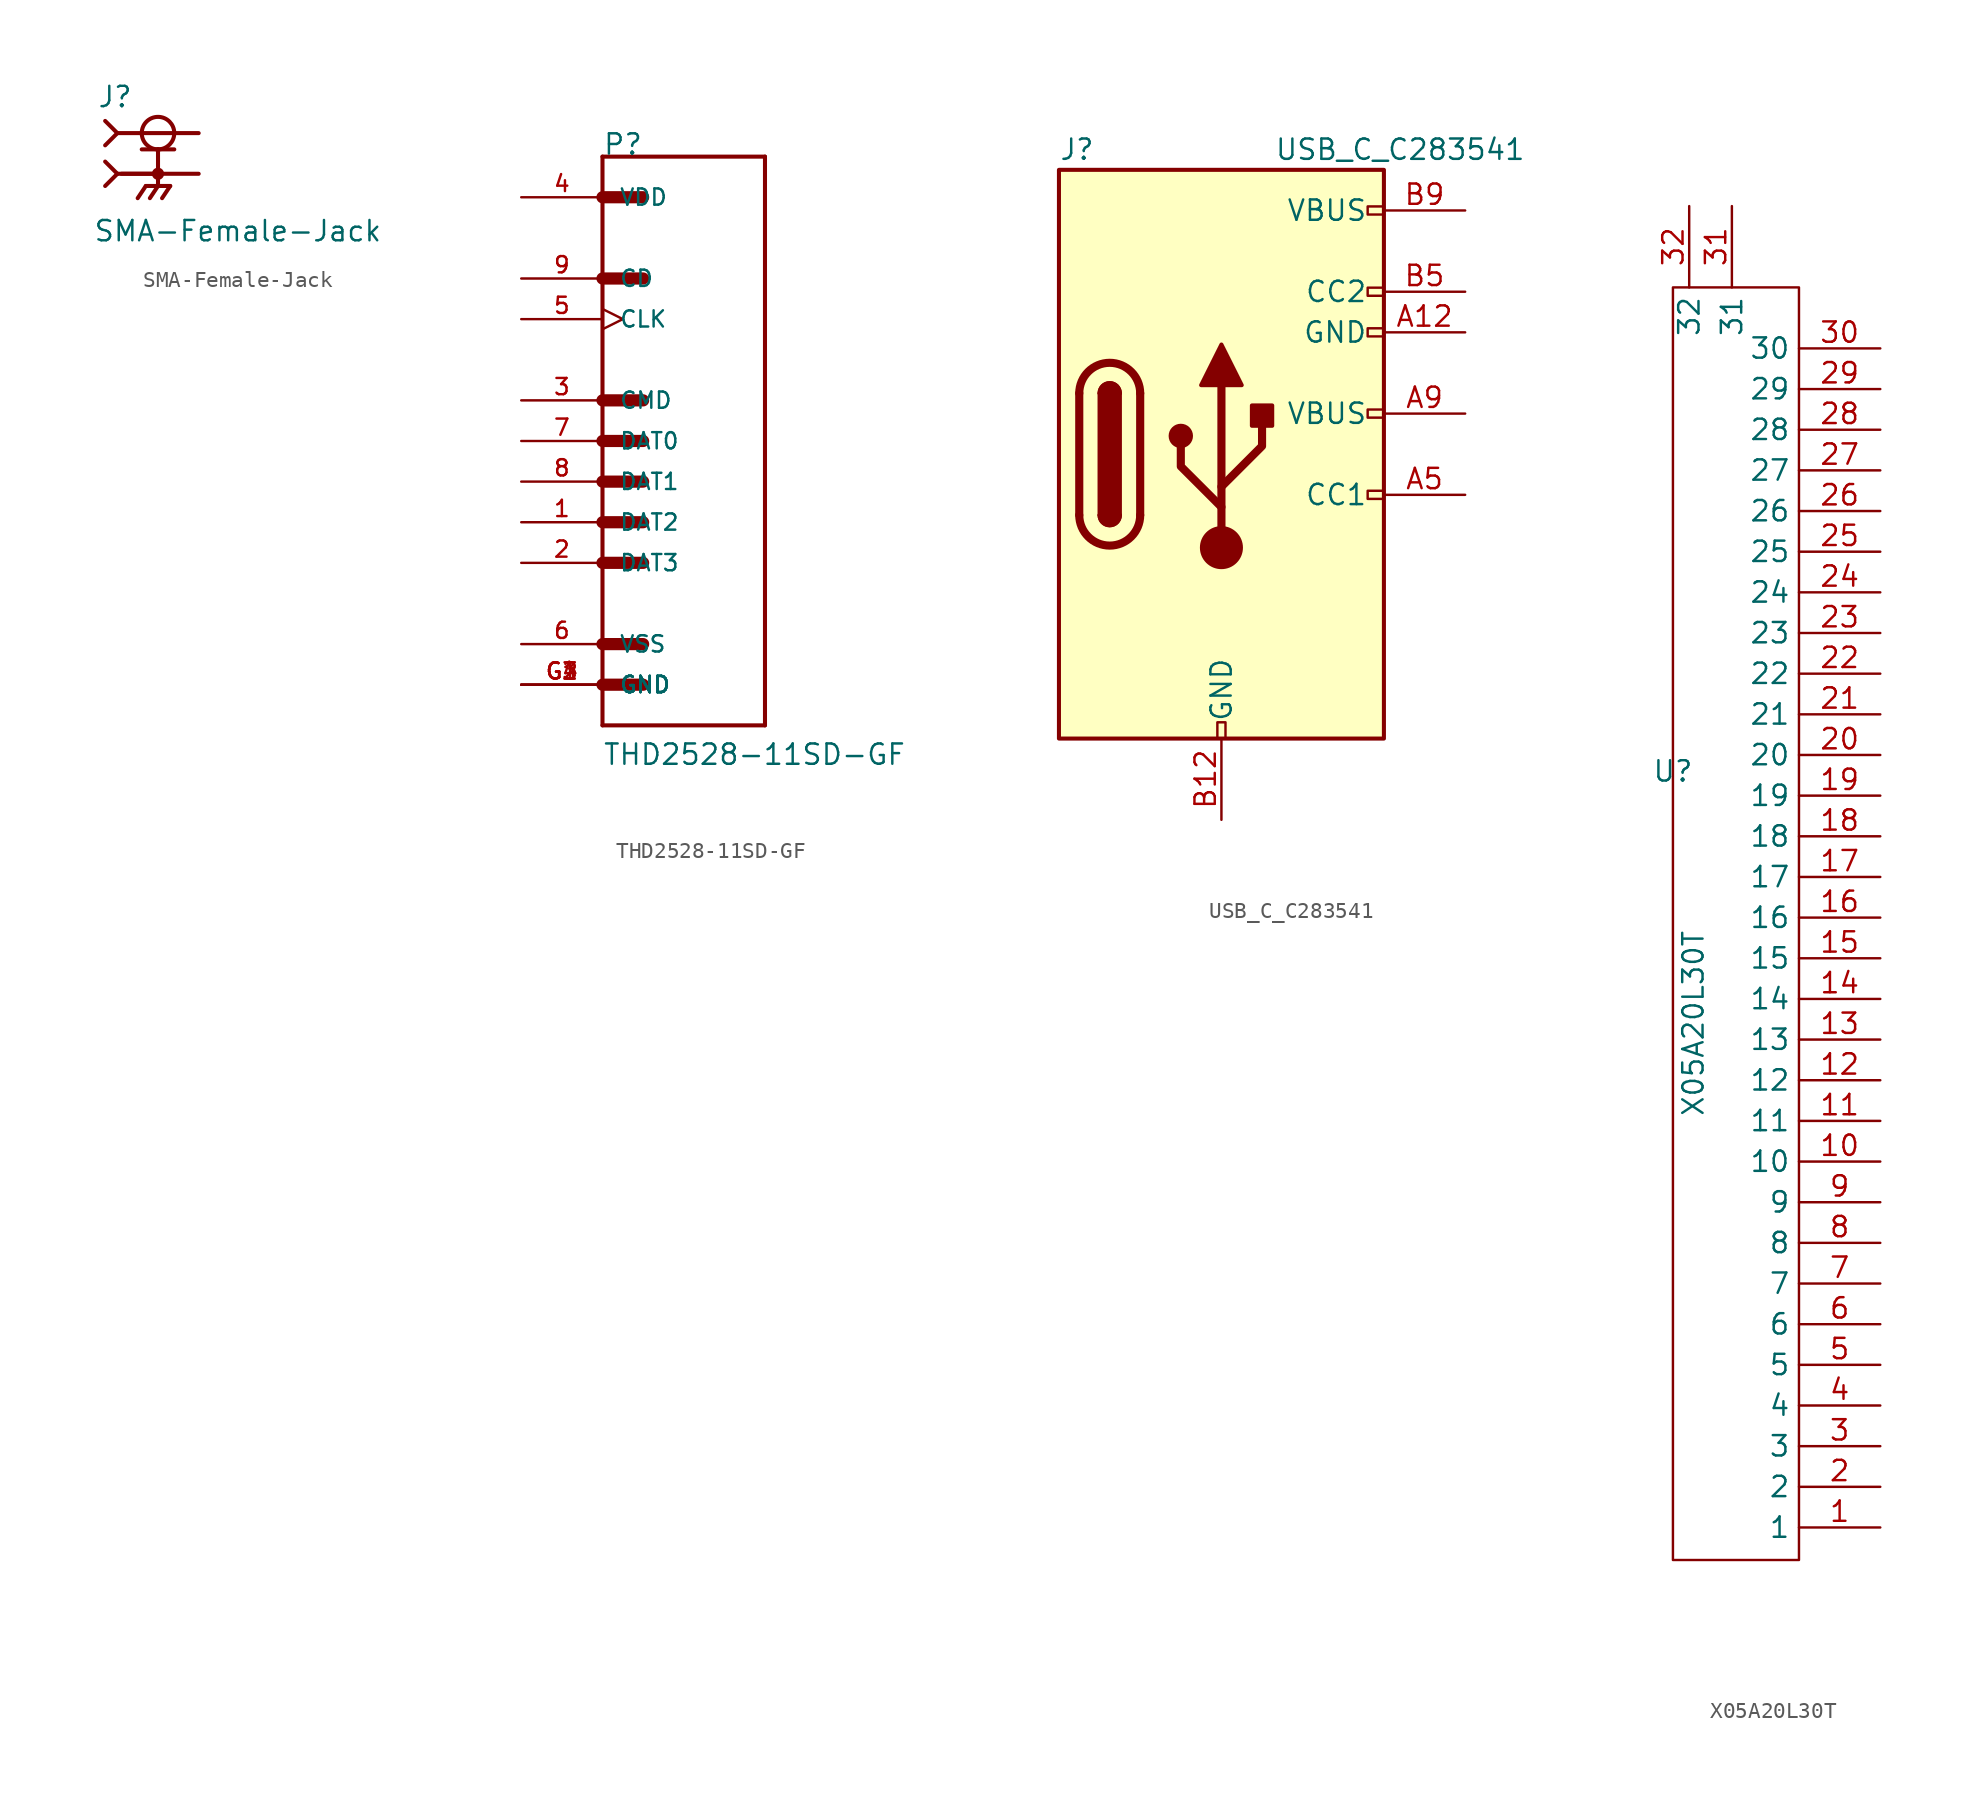
<source format=kicad_sym>
(kicad_symbol_lib
  (version 20220914)
  (generator kicad_symbol_editor)
  (symbol "SMA-Female-Jack"
    (pin_numbers hide)
    (pin_names
      (offset 1.016) hide)
    (property "Reference" "J"
      (at -3.81 4.064 0)
      (effects (font (size 1.27 1.27)) (justify left bottom)))
    (property "Value" "SMA-Female-Jack"
      (at -4.064 -4.318 0)
      (effects (font (size 1.27 1.27)) (justify left bottom)))
    (symbol "SMA-Female-Jack_0_0"
      (polyline (pts (xy -3.302 -0.762) (xy -2.54 0)) (stroke (width 0.254) (type default)) (fill (type none)))
      (polyline (pts (xy -3.302 0.762) (xy -2.54 0)) (stroke (width 0.254) (type default)) (fill (type none)))
      (polyline (pts (xy -3.302 1.778) (xy -2.54 2.54)) (stroke (width 0.254) (type default)) (fill (type none)))
      (polyline (pts (xy -3.302 3.302) (xy -2.54 2.54)) (stroke (width 0.254) (type default)) (fill (type none)))
      (polyline (pts (xy -2.54 0) (xy 0 0)) (stroke (width 0.254) (type default)) (fill (type none)))
      (polyline (pts (xy -2.54 2.54) (xy 2.54 2.54)) (stroke (width 0.254) (type default)) (fill (type none)))
      (polyline (pts (xy -1.016 1.524) (xy 0 1.524)) (stroke (width 0.254) (type default)) (fill (type none)))
      (polyline (pts (xy -0.762 -0.762) (xy -1.27 -1.524)) (stroke (width 0.254) (type default)) (fill (type none)))
      (polyline (pts (xy 0 -0.762) (xy -0.762 -0.762)) (stroke (width 0.254) (type default)) (fill (type none)))
      (polyline (pts (xy 0 -0.762) (xy -0.508 -1.524)) (stroke (width 0.254) (type default)) (fill (type none)))
      (polyline (pts (xy 0 -0.762) (xy 0.762 -0.762)) (stroke (width 0.254) (type default)) (fill (type none)))
      (polyline (pts (xy 0 0) (xy -2.286 0)) (stroke (width 0.254) (type default)) (fill (type none)))
      (polyline (pts (xy 0 0) (xy 0 -0.762)) (stroke (width 0.254) (type default)) (fill (type none)))
      (polyline (pts (xy 0 1.524) (xy 0 0)) (stroke (width 0.254) (type default)) (fill (type none)))
      (polyline (pts (xy 0 1.524) (xy 1.016 1.524)) (stroke (width 0.254) (type default)) (fill (type none)))
      (polyline (pts (xy 0.762 -0.762) (xy 0.254 -1.524)) (stroke (width 0.254) (type default)) (fill (type none)))
      (polyline (pts (xy 2.54 0) (xy 0 0)) (stroke (width 0.254) (type default)) (fill (type none)))
      (circle (center 0 0) (radius 0.254) (stroke (width 0.254) (type default)) (fill (type none)))
      (circle (center 0 2.54) (radius 1.016) (stroke (width 0.254) (type default)) (fill (type none)))
      (pin passive line (at 2.54 2.54 180) (length 5.08) (name "~" (effects (font (size 1.016 1.016)))) (number "1" (effects (font (size 1.016 1.016)))))
      (pin passive line (at 2.54 0 180) (length 5.08) (name "~" (effects (font (size 1.016 1.016)))) (number "S1" (effects (font (size 1.016 1.016)))))
      (pin passive line (at 2.54 0 180) (length 5.08) (name "~" (effects (font (size 1.016 1.016)))) (number "S2" (effects (font (size 1.016 1.016)))))
      (pin passive line (at 2.54 0 180) (length 5.08) (name "~" (effects (font (size 1.016 1.016)))) (number "S3" (effects (font (size 1.016 1.016)))))
      (pin passive line (at 2.54 0 180) (length 5.08) (name "~" (effects (font (size 1.016 1.016)))) (number "S4" (effects (font (size 1.016 1.016)))))))
  (symbol "THD2528-11SD-GF"
    (pin_names
      (offset 1.016))
    (property "Reference" "P"
      (at 0 17.805 0)
      (effects (font (size 1.27 1.27)) (justify left bottom)))
    (property "Value" "THD2528-11SD-GF"
      (at 0 -20.345 0)
      (effects (font (size 1.27 1.27)) (justify left bottom)))
    (symbol "THD2528-11SD-GF_0_0"
      (polyline (pts (xy 0 -17.78) (xy 0 17.78)) (stroke (width 0.254) (type default)) (fill (type none)))
      (polyline (pts (xy 0 -15.24) (xy 2.54 -15.24)) (stroke (width 0.762) (type default)) (fill (type none)))
      (polyline (pts (xy 0 -12.7) (xy 2.54 -12.7)) (stroke (width 0.762) (type default)) (fill (type none)))
      (polyline (pts (xy 0 -7.62) (xy 2.54 -7.62)) (stroke (width 0.762) (type default)) (fill (type none)))
      (polyline (pts (xy 0 -5.08) (xy 2.54 -5.08)) (stroke (width 0.762) (type default)) (fill (type none)))
      (polyline (pts (xy 0 -2.54) (xy 2.54 -2.54)) (stroke (width 0.762) (type default)) (fill (type none)))
      (polyline (pts (xy 0 0) (xy 2.54 0)) (stroke (width 0.762) (type default)) (fill (type none)))
      (polyline (pts (xy 0 2.54) (xy 2.54 2.54)) (stroke (width 0.762) (type default)) (fill (type none)))
      (polyline (pts (xy 0 10.16) (xy 2.54 10.16)) (stroke (width 0.762) (type default)) (fill (type none)))
      (polyline (pts (xy 0 15.24) (xy 2.54 15.24)) (stroke (width 0.762) (type default)) (fill (type none)))
      (polyline (pts (xy 0 17.78) (xy 10.16 17.78)) (stroke (width 0.254) (type default)) (fill (type none)))
      (polyline (pts (xy 10.16 -17.78) (xy 0 -17.78)) (stroke (width 0.254) (type default)) (fill (type none)))
      (polyline (pts (xy 10.16 17.78) (xy 10.16 -17.78)) (stroke (width 0.254) (type default)) (fill (type none)))
      (pin bidirectional line (at -5.08 -5.08 0) (length 5.08) (name "DAT2" (effects (font (size 1.016 1.016)))) (number "1" (effects (font (size 1.016 1.016)))))
      (pin bidirectional line (at -5.08 -7.62 0) (length 5.08) (name "DAT3" (effects (font (size 1.016 1.016)))) (number "2" (effects (font (size 1.016 1.016)))))
      (pin bidirectional line (at -5.08 2.54 0) (length 5.08) (name "CMD" (effects (font (size 1.016 1.016)))) (number "3" (effects (font (size 1.016 1.016)))))
      (pin power_in line (at -5.08 15.24 0) (length 5.08) (name "VDD" (effects (font (size 1.016 1.016)))) (number "4" (effects (font (size 1.016 1.016)))))
      (pin input clock (at -5.08 7.62 0) (length 5.08) (name "CLK" (effects (font (size 1.016 1.016)))) (number "5" (effects (font (size 1.016 1.016)))))
      (pin passive line (at -5.08 -12.7 0) (length 5.08) (name "VSS" (effects (font (size 1.016 1.016)))) (number "6" (effects (font (size 1.016 1.016)))))
      (pin bidirectional line (at -5.08 0 0) (length 5.08) (name "DAT0" (effects (font (size 1.016 1.016)))) (number "7" (effects (font (size 1.016 1.016)))))
      (pin bidirectional line (at -5.08 -2.54 0) (length 5.08) (name "DAT1" (effects (font (size 1.016 1.016)))) (number "8" (effects (font (size 1.016 1.016)))))
      (pin input line (at -5.08 10.16 0) (length 5.08) (name "CD" (effects (font (size 1.016 1.016)))) (number "9" (effects (font (size 1.016 1.016)))))
      (pin passive line (at -5.08 -15.24 0) (length 5.08) (name "GND" (effects (font (size 1.016 1.016)))) (number "G1" (effects (font (size 1.016 1.016)))))
      (pin passive line (at -5.08 -15.24 0) (length 5.08) (name "GND" (effects (font (size 1.016 1.016)))) (number "G2" (effects (font (size 1.016 1.016)))))
      (pin passive line (at -5.08 -15.24 0) (length 5.08) (name "GND" (effects (font (size 1.016 1.016)))) (number "G3" (effects (font (size 1.016 1.016)))))
      (pin passive line (at -5.08 -15.24 0) (length 5.08) (name "GND" (effects (font (size 1.016 1.016)))) (number "G4" (effects (font (size 1.016 1.016)))))))
  (symbol "USB_C_C283541"
    (pin_names
      (offset 1.016))
    (property "Reference" "J"
      (at -10.16 19.05 0)
      (effects (font (size 1.27 1.27)) (justify left)))
    (property "Value" "USB_C_C283541"
      (at 19.05 19.05 0)
      (effects (font (size 1.27 1.27)) (justify right)))
    (symbol "USB_C_C283541_0_0"
      (rectangle (start -0.254 -17.78) (end 0.254 -16.764) (stroke (width 0) (type default)) (fill (type none)))
      (rectangle (start 10.16 -2.286) (end 9.144 -2.794) (stroke (width 0) (type default)) (fill (type none)))
      (rectangle (start 10.16 2.794) (end 9.144 2.286) (stroke (width 0) (type default)) (fill (type none)))
      (rectangle (start 10.16 7.874) (end 9.144 7.366) (stroke (width 0) (type default)) (fill (type none)))
      (rectangle (start 10.16 10.414) (end 9.144 9.906) (stroke (width 0) (type default)) (fill (type none)))
      (rectangle (start 10.16 15.494) (end 9.144 14.986) (stroke (width 0) (type default)) (fill (type none))))
    (symbol "USB_C_C283541_0_1"
      (rectangle (start -10.16 17.78) (end 10.16 -17.78) (stroke (width 0.254) (type default)) (fill (type background)))
      (arc (start -8.89 -3.81) (mid -6.985 -5.7067) (end -5.08 -3.81) (stroke (width 0.508) (type default)) (fill (type none)))
      (arc (start -7.62 -3.81) (mid -6.985 -4.4423) (end -6.35 -3.81) (stroke (width 0.254) (type default)) (fill (type none)))
      (arc (start -7.62 -3.81) (mid -6.985 -4.4423) (end -6.35 -3.81) (stroke (width 0.254) (type default)) (fill (type outline)))
      (rectangle (start -7.62 -3.81) (end -6.35 3.81) (stroke (width 0.254) (type default)) (fill (type outline)))
      (arc (start -6.35 3.81) (mid -6.985 4.4423) (end -7.62 3.81) (stroke (width 0.254) (type default)) (fill (type none)))
      (arc (start -6.35 3.81) (mid -6.985 4.4423) (end -7.62 3.81) (stroke (width 0.254) (type default)) (fill (type outline)))
      (arc (start -5.08 3.81) (mid -6.985 5.7067) (end -8.89 3.81) (stroke (width 0.508) (type default)) (fill (type none)))
      (circle (center -2.54 1.143) (radius 0.635) (stroke (width 0.254) (type default)) (fill (type outline)))
      (circle (center 0 -5.842) (radius 1.27) (stroke (width 0) (type default)) (fill (type outline)))
      (polyline (pts (xy -8.89 -3.81) (xy -8.89 3.81)) (stroke (width 0.508) (type default)) (fill (type none)))
      (polyline (pts (xy -5.08 3.81) (xy -5.08 -3.81)) (stroke (width 0.508) (type default)) (fill (type none)))
      (polyline (pts (xy 0 -5.842) (xy 0 4.318)) (stroke (width 0.508) (type default)) (fill (type none)))
      (polyline (pts (xy 0 -3.302) (xy -2.54 -0.762) (xy -2.54 0.508)) (stroke (width 0.508) (type default)) (fill (type none)))
      (polyline (pts (xy 0 -2.032) (xy 2.54 0.508) (xy 2.54 1.778)) (stroke (width 0.508) (type default)) (fill (type none)))
      (polyline (pts (xy -1.27 4.318) (xy 0 6.858) (xy 1.27 4.318) (xy -1.27 4.318)) (stroke (width 0.254) (type default)) (fill (type outline)))
      (rectangle (start 1.905 1.778) (end 3.175 3.048) (stroke (width 0.254) (type default)) (fill (type outline))))
    (symbol "USB_C_C283541_1_1"
      (pin power_in line (at 15.24 7.62 180) (length 5.08) (name "GND" (effects (font (size 1.27 1.27)))) (number "A12" (effects (font (size 1.27 1.27)))))
      (pin bidirectional line (at 15.24 -2.54 180) (length 5.08) (name "CC1" (effects (font (size 1.27 1.27)))) (number "A5" (effects (font (size 1.27 1.27)))))
      (pin power_in line (at 15.24 2.54 180) (length 5.08) (name "VBUS" (effects (font (size 1.27 1.27)))) (number "A9" (effects (font (size 1.27 1.27)))))
      (pin power_in line (at 0 -22.86 90) (length 5.08) (name "GND" (effects (font (size 1.27 1.27)))) (number "B12" (effects (font (size 1.27 1.27)))))
      (pin bidirectional line (at 15.24 10.16 180) (length 5.08) (name "CC2" (effects (font (size 1.27 1.27)))) (number "B5" (effects (font (size 1.27 1.27)))))
      (pin power_in line (at 15.24 15.24 180) (length 5.08) (name "VBUS" (effects (font (size 1.27 1.27)))) (number "B9" (effects (font (size 1.27 1.27)))))))
  (symbol "X05A20L30T"
    (property "Reference" "U"
      (at 0 0 0)
      (effects (font (size 1.27 1.27))))
    (property "Value" "X05A20L30T"
      (at 1.27 -15.748 90)
      (effects (font (size 1.27 1.27))))
    (symbol "X05A20L30T_0_0"
      (pin passive line (at 12.954 -47.244 180) (length 5.08) (name "1" (effects (font (size 1.27 1.27)))) (number "1" (effects (font (size 1.27 1.27)))))
      (pin passive line (at 12.954 -24.384 180) (length 5.08) (name "10" (effects (font (size 1.27 1.27)))) (number "10" (effects (font (size 1.27 1.27)))))
      (pin passive line (at 12.954 -21.844 180) (length 5.08) (name "11" (effects (font (size 1.27 1.27)))) (number "11" (effects (font (size 1.27 1.27)))))
      (pin passive line (at 12.954 -19.304 180) (length 5.08) (name "12" (effects (font (size 1.27 1.27)))) (number "12" (effects (font (size 1.27 1.27)))))
      (pin passive line (at 12.954 -16.764 180) (length 5.08) (name "13" (effects (font (size 1.27 1.27)))) (number "13" (effects (font (size 1.27 1.27)))))
      (pin passive line (at 12.954 -14.224 180) (length 5.08) (name "14" (effects (font (size 1.27 1.27)))) (number "14" (effects (font (size 1.27 1.27)))))
      (pin passive line (at 12.954 -11.684 180) (length 5.08) (name "15" (effects (font (size 1.27 1.27)))) (number "15" (effects (font (size 1.27 1.27)))))
      (pin passive line (at 12.954 -9.144 180) (length 5.08) (name "16" (effects (font (size 1.27 1.27)))) (number "16" (effects (font (size 1.27 1.27)))))
      (pin passive line (at 12.954 -6.604 180) (length 5.08) (name "17" (effects (font (size 1.27 1.27)))) (number "17" (effects (font (size 1.27 1.27)))))
      (pin passive line (at 12.954 -4.064 180) (length 5.08) (name "18" (effects (font (size 1.27 1.27)))) (number "18" (effects (font (size 1.27 1.27)))))
      (pin passive line (at 12.954 -1.524 180) (length 5.08) (name "19" (effects (font (size 1.27 1.27)))) (number "19" (effects (font (size 1.27 1.27)))))
      (pin passive line (at 12.954 -44.704 180) (length 5.08) (name "2" (effects (font (size 1.27 1.27)))) (number "2" (effects (font (size 1.27 1.27)))))
      (pin passive line (at 12.954 1.016 180) (length 5.08) (name "20" (effects (font (size 1.27 1.27)))) (number "20" (effects (font (size 1.27 1.27)))))
      (pin passive line (at 12.954 3.556 180) (length 5.08) (name "21" (effects (font (size 1.27 1.27)))) (number "21" (effects (font (size 1.27 1.27)))))
      (pin passive line (at 12.954 6.096 180) (length 5.08) (name "22" (effects (font (size 1.27 1.27)))) (number "22" (effects (font (size 1.27 1.27)))))
      (pin passive line (at 12.954 8.636 180) (length 5.08) (name "23" (effects (font (size 1.27 1.27)))) (number "23" (effects (font (size 1.27 1.27)))))
      (pin passive line (at 12.954 11.176 180) (length 5.08) (name "24" (effects (font (size 1.27 1.27)))) (number "24" (effects (font (size 1.27 1.27)))))
      (pin passive line (at 12.954 13.716 180) (length 5.08) (name "25" (effects (font (size 1.27 1.27)))) (number "25" (effects (font (size 1.27 1.27)))))
      (pin passive line (at 12.954 16.256 180) (length 5.08) (name "26" (effects (font (size 1.27 1.27)))) (number "26" (effects (font (size 1.27 1.27)))))
      (pin passive line (at 12.954 18.796 180) (length 5.08) (name "27" (effects (font (size 1.27 1.27)))) (number "27" (effects (font (size 1.27 1.27)))))
      (pin passive line (at 12.954 21.336 180) (length 5.08) (name "28" (effects (font (size 1.27 1.27)))) (number "28" (effects (font (size 1.27 1.27)))))
      (pin passive line (at 12.954 23.876 180) (length 5.08) (name "29" (effects (font (size 1.27 1.27)))) (number "29" (effects (font (size 1.27 1.27)))))
      (pin passive line (at 12.954 -42.164 180) (length 5.08) (name "3" (effects (font (size 1.27 1.27)))) (number "3" (effects (font (size 1.27 1.27)))))
      (pin passive line (at 12.954 26.416 180) (length 5.08) (name "30" (effects (font (size 1.27 1.27)))) (number "30" (effects (font (size 1.27 1.27)))))
      (pin passive line (at 12.954 -39.624 180) (length 5.08) (name "4" (effects (font (size 1.27 1.27)))) (number "4" (effects (font (size 1.27 1.27)))))
      (pin passive line (at 12.954 -37.084 180) (length 5.08) (name "5" (effects (font (size 1.27 1.27)))) (number "5" (effects (font (size 1.27 1.27)))))
      (pin passive line (at 12.954 -34.544 180) (length 5.08) (name "6" (effects (font (size 1.27 1.27)))) (number "6" (effects (font (size 1.27 1.27)))))
      (pin passive line (at 12.954 -32.004 180) (length 5.08) (name "7" (effects (font (size 1.27 1.27)))) (number "7" (effects (font (size 1.27 1.27)))))
      (pin passive line (at 12.954 -29.464 180) (length 5.08) (name "8" (effects (font (size 1.27 1.27)))) (number "8" (effects (font (size 1.27 1.27)))))
      (pin passive line (at 12.954 -26.924 180) (length 5.08) (name "9" (effects (font (size 1.27 1.27)))) (number "9" (effects (font (size 1.27 1.27))))))
    (symbol "X05A20L30T_0_1"
      (rectangle (start 0 30.226) (end 7.874 -49.276) (stroke (width 0) (type default)) (fill (type none))))
    (symbol "X05A20L30T_1_0"
      (pin passive line (at 3.683 35.306 270) (length 5.08) (name "31" (effects (font (size 1.27 1.27)))) (number "31" (effects (font (size 1.27 1.27)))))
      (pin passive line (at 1.016 35.306 270) (length 5.08) (name "32" (effects (font (size 1.27 1.27)))) (number "32" (effects (font (size 1.27 1.27))))))))
</source>
